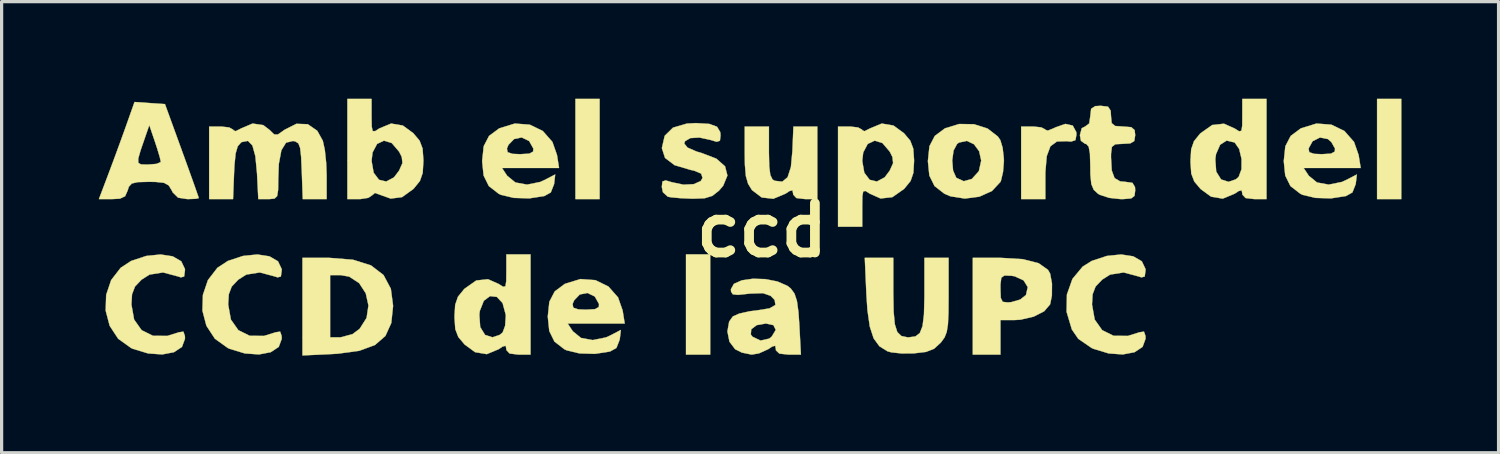
<source format=kicad_pcb>
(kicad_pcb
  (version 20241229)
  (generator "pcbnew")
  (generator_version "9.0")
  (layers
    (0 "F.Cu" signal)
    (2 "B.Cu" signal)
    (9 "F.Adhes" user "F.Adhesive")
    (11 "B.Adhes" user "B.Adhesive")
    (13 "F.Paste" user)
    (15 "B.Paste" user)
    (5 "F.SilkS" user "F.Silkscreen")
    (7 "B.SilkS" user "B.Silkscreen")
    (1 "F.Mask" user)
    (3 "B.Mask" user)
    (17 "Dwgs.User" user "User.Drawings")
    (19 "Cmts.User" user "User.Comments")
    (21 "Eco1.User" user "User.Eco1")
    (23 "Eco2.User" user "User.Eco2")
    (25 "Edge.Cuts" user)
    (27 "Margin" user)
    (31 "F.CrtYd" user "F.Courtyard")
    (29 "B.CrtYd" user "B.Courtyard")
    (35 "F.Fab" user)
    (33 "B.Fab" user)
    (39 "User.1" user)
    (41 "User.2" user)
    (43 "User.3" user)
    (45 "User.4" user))
  (footprint "ccd"
    (layer "F.Cu")
    (at 20.486 4.06)
    (property "Reference" "ccd" (at 0 0 0) (layer "F.SilkS") (effects (font (size 1.524 1.524) (thickness 0.3))))
    (attr through_hole)
    (fp_poly (pts (xy -5.016 -0.961) (xy -5.763 -0.961) (xy -5.763 -4.055) (xy -5.016 -4.055) (xy -5.016 -0.961)) (stroke (width 0.01) (type solid)) (fill yes) (layer "F.SilkS"))
    (fp_poly (pts (xy -1.601 3.842) (xy -2.348 3.842) (xy -2.348 0.747) (xy -1.601 0.747) (xy -1.601 3.842)) (stroke (width 0.01) (type solid)) (fill yes) (layer "F.SilkS"))
    (fp_poly (pts (xy 19.744 -0.961) (xy 18.997 -0.961) (xy 18.997 -4.055) (xy 19.744 -4.055) (xy 19.744 -0.961)) (stroke (width 0.01) (type solid)) (fill yes) (layer "F.SilkS"))
    (fp_poly (pts (xy 9.597 -3.232) (xy 9.707 -3.028) (xy 9.712 -2.957) (xy 9.681 -2.781) (xy 9.544 -2.736) (xy 9.409 -2.749) (xy 9.109 -2.74) (xy 8.908 -2.593) (xy 8.794 -2.287) (xy 8.752 -1.8) (xy 8.751 -1.7) (xy 8.751 -0.961) (xy 8.004 -0.961) (xy 8.004 -3.202) (xy 8.378 -3.202) (xy 8.625 -3.176) (xy 8.748 -3.113) (xy 8.751 -3.1) (xy 8.83 -3.077) (xy 9.022 -3.154) (xy 9.053 -3.172) (xy 9.367 -3.283) (xy 9.597 -3.232)) (stroke (width 0.01) (type solid)) (fill yes) (layer "F.SilkS"))
    (fp_poly (pts (xy -13.367 0.854) (xy -12.635 0.912) (xy -12.078 1.087) (xy -11.69 1.385) (xy -11.464 1.81) (xy -11.395 2.336) (xy -11.451 2.867) (xy -11.632 3.265) (xy -11.956 3.546) (xy -12.442 3.725) (xy -13.107 3.815) (xy -13.247 3.823) (xy -14.194 3.868) (xy -14.194 1.387) (xy -13.34 1.387) (xy -13.34 3.308) (xy -13.015 3.308) (xy -12.65 3.211) (xy -12.428 3.046) (xy -12.213 2.707) (xy -12.156 2.324) (xy -12.239 1.949) (xy -12.443 1.635) (xy -12.75 1.434) (xy -13.015 1.387) (xy -13.34 1.387) (xy -14.194 1.387) (xy -14.194 0.854) (xy -13.367 0.854)) (stroke (width 0.01) (type solid)) (fill yes) (layer "F.SilkS"))
    (fp_poly (pts (xy 0.213 -2.398) (xy 0.223 -1.967) (xy 0.256 -1.706) (xy 0.322 -1.57) (xy 0.388 -1.527) (xy 0.625 -1.499) (xy 0.79 -1.634) (xy 0.892 -1.95) (xy 0.938 -2.439) (xy 0.97 -3.202) (xy 1.708 -3.202) (xy 1.708 -0.961) (xy 1.334 -0.961) (xy 1.062 -0.993) (xy 0.962 -1.1) (xy 0.961 -1.127) (xy 0.941 -1.233) (xy 0.846 -1.208) (xy 0.723 -1.127) (xy 0.35 -0.971) (xy -0.01 -1.011) (xy -0.311 -1.24) (xy -0.312 -1.242) (xy -0.43 -1.433) (xy -0.499 -1.672) (xy -0.529 -2.021) (xy -0.534 -2.362) (xy -0.534 -3.202) (xy 0.213 -3.202) (xy 0.213 -2.398)) (stroke (width 0.01) (type solid)) (fill yes) (layer "F.SilkS"))
    (fp_poly (pts (xy 8.054 0.895) (xy 8.542 1.019) (xy 8.833 1.225) (xy 8.898 1.339) (xy 8.956 1.648) (xy 8.953 2.02) (xy 8.898 2.29) (xy 8.716 2.503) (xy 8.387 2.671) (xy 7.978 2.765) (xy 7.796 2.775) (xy 7.364 2.775) (xy 7.364 3.842) (xy 6.51 3.842) (xy 6.51 1.814) (xy 7.364 1.814) (xy 7.374 2.092) (xy 7.433 2.212) (xy 7.59 2.231) (xy 7.7 2.221) (xy 7.974 2.142) (xy 8.153 2.001) (xy 8.207 1.757) (xy 8.08 1.551) (xy 7.803 1.423) (xy 7.7 1.407) (xy 7.487 1.399) (xy 7.391 1.468) (xy 7.365 1.67) (xy 7.364 1.814) (xy 6.51 1.814) (xy 6.51 0.854) (xy 7.369 0.854) (xy 8.054 0.895)) (stroke (width 0.01) (type solid)) (fill yes) (layer "F.SilkS"))
    (fp_poly (pts (xy -18.203 0.807) (xy -17.938 0.96) (xy -17.824 1.2) (xy -17.823 1.236) (xy -17.849 1.431) (xy -17.953 1.457) (xy -18.009 1.436) (xy -18.499 1.305) (xy -18.918 1.371) (xy -19.166 1.529) (xy -19.367 1.741) (xy -19.458 1.978) (xy -19.477 2.295) (xy -19.394 2.76) (xy -19.163 3.087) (xy -18.812 3.261) (xy -18.369 3.265) (xy -18.009 3.153) (xy -17.872 3.133) (xy -17.825 3.268) (xy -17.823 3.353) (xy -17.915 3.604) (xy -18.163 3.768) (xy -18.526 3.837) (xy -18.961 3.806) (xy -19.427 3.665) (xy -19.485 3.64) (xy -19.886 3.353) (xy -20.149 2.952) (xy -20.272 2.484) (xy -20.257 1.998) (xy -20.103 1.541) (xy -19.809 1.161) (xy -19.485 0.949) (xy -19.018 0.795) (xy -18.577 0.75) (xy -18.203 0.807)) (stroke (width 0.01) (type solid)) (fill yes) (layer "F.SilkS"))
    (fp_poly (pts (xy -15.214 0.807) (xy -14.95 0.96) (xy -14.836 1.2) (xy -14.834 1.236) (xy -14.861 1.431) (xy -14.964 1.457) (xy -15.021 1.436) (xy -15.511 1.305) (xy -15.929 1.371) (xy -16.178 1.529) (xy -16.379 1.741) (xy -16.469 1.978) (xy -16.489 2.295) (xy -16.405 2.76) (xy -16.175 3.087) (xy -15.824 3.261) (xy -15.381 3.265) (xy -15.021 3.153) (xy -14.884 3.133) (xy -14.837 3.268) (xy -14.834 3.353) (xy -14.926 3.604) (xy -15.175 3.768) (xy -15.537 3.837) (xy -15.973 3.806) (xy -16.439 3.665) (xy -16.497 3.64) (xy -16.898 3.353) (xy -17.161 2.952) (xy -17.284 2.484) (xy -17.269 1.998) (xy -17.114 1.541) (xy -16.821 1.161) (xy -16.497 0.949) (xy -16.03 0.795) (xy -15.588 0.75) (xy -15.214 0.807)) (stroke (width 0.01) (type solid)) (fill yes) (layer "F.SilkS"))
    (fp_poly (pts (xy 4.055 1.953) (xy 4.065 2.52) (xy 4.102 2.906) (xy 4.178 3.145) (xy 4.304 3.268) (xy 4.492 3.308) (xy 4.536 3.308) (xy 4.737 3.281) (xy 4.874 3.176) (xy 4.958 2.962) (xy 5.002 2.606) (xy 5.016 2.076) (xy 5.016 1.953) (xy 5.016 0.854) (xy 5.763 0.854) (xy 5.763 2.022) (xy 5.759 2.545) (xy 5.743 2.902) (xy 5.705 3.141) (xy 5.639 3.31) (xy 5.535 3.455) (xy 5.514 3.479) (xy 5.315 3.661) (xy 5.066 3.759) (xy 4.688 3.804) (xy 4.687 3.804) (xy 4.314 3.807) (xy 3.996 3.773) (xy 3.875 3.74) (xy 3.626 3.585) (xy 3.448 3.342) (xy 3.329 2.979) (xy 3.255 2.462) (xy 3.223 1.966) (xy 3.174 0.854) (xy 4.055 0.854) (xy 4.055 1.953)) (stroke (width 0.01) (type solid)) (fill yes) (layer "F.SilkS"))
    (fp_poly (pts (xy 11.466 0.807) (xy 11.731 0.96) (xy 11.845 1.2) (xy 11.846 1.236) (xy 11.82 1.431) (xy 11.716 1.457) (xy 11.659 1.436) (xy 11.17 1.305) (xy 10.751 1.371) (xy 10.503 1.529) (xy 10.302 1.741) (xy 10.211 1.978) (xy 10.192 2.295) (xy 10.275 2.76) (xy 10.506 3.087) (xy 10.857 3.261) (xy 11.3 3.265) (xy 11.659 3.153) (xy 11.797 3.133) (xy 11.844 3.268) (xy 11.846 3.353) (xy 11.754 3.604) (xy 11.506 3.768) (xy 11.143 3.837) (xy 10.708 3.806) (xy 10.242 3.665) (xy 10.184 3.64) (xy 9.769 3.356) (xy 9.57 3.066) (xy 9.407 2.521) (xy 9.417 1.987) (xy 9.587 1.506) (xy 9.903 1.125) (xy 10.184 0.949) (xy 10.651 0.795) (xy 11.092 0.75) (xy 11.466 0.807)) (stroke (width 0.01) (type solid)) (fill yes) (layer "F.SilkS"))
    (fp_poly (pts (xy -7.173 -3.259) (xy -6.771 -3.064) (xy -6.474 -2.727) (xy -6.332 -2.321) (xy -6.269 -1.921) (xy -8.03 -1.921) (xy -7.872 -1.681) (xy -7.617 -1.474) (xy -7.257 -1.408) (xy -6.851 -1.49) (xy -6.723 -1.548) (xy -6.388 -1.721) (xy -6.422 -1.425) (xy -6.524 -1.166) (xy -6.724 -1.055) (xy -7.188 -0.983) (xy -7.667 -0.998) (xy -8.065 -1.093) (xy -8.135 -1.127) (xy -8.438 -1.363) (xy -8.599 -1.689) (xy -8.645 -2.134) (xy -8.603 -2.523) (xy -7.879 -2.523) (xy -7.858 -2.409) (xy -7.706 -2.358) (xy -7.471 -2.348) (xy -7.186 -2.365) (xy -7.069 -2.429) (xy -7.063 -2.523) (xy -7.194 -2.755) (xy -7.423 -2.865) (xy -7.657 -2.816) (xy -7.83 -2.638) (xy -7.879 -2.523) (xy -8.603 -2.523) (xy -8.596 -2.594) (xy -8.431 -2.912) (xy -8.122 -3.142) (xy -8.113 -3.147) (xy -7.635 -3.294) (xy -7.173 -3.259)) (stroke (width 0.01) (type solid)) (fill yes) (layer "F.SilkS"))
    (fp_poly (pts (xy -5.145 1.543) (xy -4.744 1.739) (xy -4.447 2.075) (xy -4.305 2.481) (xy -4.241 2.882) (xy -6.003 2.882) (xy -5.844 3.122) (xy -5.59 3.328) (xy -5.229 3.394) (xy -4.823 3.312) (xy -4.695 3.255) (xy -4.36 3.081) (xy -4.395 3.377) (xy -4.497 3.637) (xy -4.696 3.747) (xy -5.16 3.819) (xy -5.639 3.805) (xy -6.037 3.709) (xy -6.107 3.676) (xy -6.411 3.44) (xy -6.571 3.114) (xy -6.617 2.668) (xy -6.576 2.279) (xy -5.851 2.279) (xy -5.83 2.393) (xy -5.678 2.445) (xy -5.443 2.455) (xy -5.159 2.438) (xy -5.041 2.373) (xy -5.035 2.279) (xy -5.166 2.047) (xy -5.395 1.938) (xy -5.63 1.986) (xy -5.802 2.165) (xy -5.851 2.279) (xy -6.576 2.279) (xy -6.568 2.209) (xy -6.403 1.891) (xy -6.094 1.66) (xy -6.085 1.655) (xy -5.607 1.509) (xy -5.145 1.543)) (stroke (width 0.01) (type solid)) (fill yes) (layer "F.SilkS"))
    (fp_poly (pts (xy 6.548 -3.273) (xy 6.968 -3.139) (xy 7.284 -2.894) (xy 7.361 -2.781) (xy 7.432 -2.543) (xy 7.469 -2.213) (xy 7.471 -2.134) (xy 7.444 -1.801) (xy 7.38 -1.53) (xy 7.361 -1.488) (xy 7.102 -1.211) (xy 6.714 -1.036) (xy 6.264 -0.977) (xy 5.819 -1.047) (xy 5.632 -1.127) (xy 5.329 -1.363) (xy 5.168 -1.689) (xy 5.123 -2.134) (xy 5.125 -2.154) (xy 5.874 -2.154) (xy 5.901 -1.842) (xy 5.998 -1.622) (xy 6.002 -1.618) (xy 6.233 -1.513) (xy 6.482 -1.584) (xy 6.687 -1.811) (xy 6.702 -1.841) (xy 6.77 -2.151) (xy 6.707 -2.437) (xy 6.547 -2.655) (xy 6.328 -2.759) (xy 6.085 -2.707) (xy 6.025 -2.664) (xy 5.916 -2.461) (xy 5.874 -2.154) (xy 5.125 -2.154) (xy 5.171 -2.594) (xy 5.336 -2.912) (xy 5.645 -3.142) (xy 5.654 -3.147) (xy 6.089 -3.28) (xy 6.548 -3.273)) (stroke (width 0.01) (type solid)) (fill yes) (layer "F.SilkS"))
    (fp_poly (pts (xy 17.587 -3.259) (xy 17.988 -3.064) (xy 18.285 -2.727) (xy 18.427 -2.321) (xy 18.491 -1.921) (xy 16.729 -1.921) (xy 16.888 -1.681) (xy 17.142 -1.474) (xy 17.503 -1.408) (xy 17.909 -1.49) (xy 18.037 -1.548) (xy 18.372 -1.721) (xy 18.337 -1.425) (xy 18.235 -1.166) (xy 18.036 -1.055) (xy 17.572 -0.983) (xy 17.093 -0.998) (xy 16.695 -1.093) (xy 16.625 -1.127) (xy 16.321 -1.363) (xy 16.16 -1.689) (xy 16.115 -2.134) (xy 16.156 -2.523) (xy 16.881 -2.523) (xy 16.902 -2.409) (xy 17.053 -2.358) (xy 17.289 -2.348) (xy 17.573 -2.365) (xy 17.691 -2.429) (xy 17.697 -2.523) (xy 17.583 -2.724) (xy 17.476 -2.816) (xy 17.232 -2.863) (xy 17.005 -2.748) (xy 16.881 -2.523) (xy 16.156 -2.523) (xy 16.164 -2.594) (xy 16.329 -2.912) (xy 16.637 -3.142) (xy 16.647 -3.147) (xy 17.125 -3.294) (xy 17.587 -3.259)) (stroke (width 0.01) (type solid)) (fill yes) (layer "F.SilkS"))
    (fp_poly (pts (xy -12.06 -3.516) (xy -12.055 -3.201) (xy -12.026 -3.062) (xy -11.949 -3.06) (xy -11.822 -3.142) (xy -11.456 -3.294) (xy -11.094 -3.233) (xy -10.771 -2.996) (xy -10.576 -2.765) (xy -10.484 -2.521) (xy -10.459 -2.169) (xy -10.459 -2.134) (xy -10.48 -1.77) (xy -10.566 -1.521) (xy -10.751 -1.292) (xy -10.771 -1.272) (xy -11.118 -1.021) (xy -11.468 -0.976) (xy -11.768 -1.083) (xy -11.957 -1.151) (xy -12.037 -1.083) (xy -12.16 -1) (xy -12.407 -0.961) (xy -12.442 -0.961) (xy -12.807 -0.961) (xy -12.807 -2.143) (xy -12.06 -2.143) (xy -11.995 -1.775) (xy -11.83 -1.557) (xy -11.606 -1.504) (xy -11.367 -1.632) (xy -11.209 -1.841) (xy -11.106 -2.073) (xy -11.127 -2.263) (xy -11.21 -2.427) (xy -11.436 -2.692) (xy -11.677 -2.766) (xy -11.889 -2.665) (xy -12.029 -2.402) (xy -12.06 -2.143) (xy -12.807 -2.143) (xy -12.807 -4.055) (xy -12.06 -4.055) (xy -12.06 -3.516)) (stroke (width 0.01) (type solid)) (fill yes) (layer "F.SilkS"))
    (fp_poly (pts (xy 4.06 -3.233) (xy 4.384 -2.996) (xy 4.579 -2.765) (xy 4.671 -2.521) (xy 4.696 -2.169) (xy 4.696 -2.134) (xy 4.675 -1.77) (xy 4.589 -1.521) (xy 4.403 -1.292) (xy 4.384 -1.272) (xy 4.024 -1.02) (xy 3.662 -0.98) (xy 3.332 -1.127) (xy 3.197 -1.212) (xy 3.126 -1.2) (xy 3.099 -1.052) (xy 3.095 -0.731) (xy 3.095 -0.7) (xy 3.095 -0.107) (xy 2.348 -0.107) (xy 2.348 -2.143) (xy 3.095 -2.143) (xy 3.159 -1.775) (xy 3.325 -1.557) (xy 3.548 -1.504) (xy 3.788 -1.632) (xy 3.945 -1.841) (xy 4.049 -2.073) (xy 4.027 -2.263) (xy 3.945 -2.427) (xy 3.719 -2.692) (xy 3.478 -2.766) (xy 3.265 -2.665) (xy 3.126 -2.402) (xy 3.095 -2.143) (xy 2.348 -2.143) (xy 2.348 -3.202) (xy 2.721 -3.202) (xy 2.968 -3.173) (xy 3.092 -3.104) (xy 3.095 -3.089) (xy 3.167 -3.058) (xy 3.332 -3.142) (xy 3.698 -3.294) (xy 4.06 -3.233)) (stroke (width 0.01) (type solid)) (fill yes) (layer "F.SilkS"))
    (fp_poly (pts (xy -7.15 3.842) (xy -7.524 3.842) (xy -7.796 3.809) (xy -7.896 3.702) (xy -7.897 3.676) (xy -7.917 3.569) (xy -8.012 3.594) (xy -8.135 3.676) (xy -8.501 3.828) (xy -8.863 3.767) (xy -9.186 3.53) (xy -9.381 3.298) (xy -9.474 3.054) (xy -9.498 2.702) (xy -9.498 2.668) (xy -9.495 2.606) (xy -8.731 2.606) (xy -8.704 2.993) (xy -8.553 3.235) (xy -8.324 3.308) (xy -8.098 3.231) (xy -8.01 3.156) (xy -7.935 2.953) (xy -7.914 2.655) (xy -7.917 2.606) (xy -8.013 2.25) (xy -8.191 2.06) (xy -8.401 2.036) (xy -8.593 2.18) (xy -8.716 2.491) (xy -8.731 2.606) (xy -9.495 2.606) (xy -9.477 2.304) (xy -9.391 2.055) (xy -9.206 1.826) (xy -9.186 1.806) (xy -8.826 1.553) (xy -8.464 1.514) (xy -8.135 1.66) (xy -7.995 1.748) (xy -7.925 1.732) (xy -7.9 1.573) (xy -7.897 1.287) (xy -7.897 0.747) (xy -7.15 0.747) (xy -7.15 3.842)) (stroke (width 0.01) (type solid)) (fill yes) (layer "F.SilkS"))
    (fp_poly (pts (xy 15.582 -0.961) (xy 15.208 -0.961) (xy 14.936 -0.993) (xy 14.836 -1.1) (xy 14.834 -1.127) (xy 14.815 -1.233) (xy 14.72 -1.208) (xy 14.597 -1.127) (xy 14.231 -0.975) (xy 13.869 -1.036) (xy 13.546 -1.272) (xy 13.351 -1.504) (xy 13.258 -1.748) (xy 13.234 -2.1) (xy 13.234 -2.134) (xy 13.237 -2.196) (xy 14 -2.196) (xy 14.028 -1.81) (xy 14.179 -1.568) (xy 14.408 -1.494) (xy 14.634 -1.571) (xy 14.722 -1.647) (xy 14.809 -1.883) (xy 14.811 -2.201) (xy 14.738 -2.508) (xy 14.601 -2.706) (xy 14.594 -2.71) (xy 14.35 -2.768) (xy 14.15 -2.64) (xy 14.023 -2.351) (xy 14 -2.196) (xy 13.237 -2.196) (xy 13.255 -2.499) (xy 13.341 -2.748) (xy 13.526 -2.977) (xy 13.546 -2.996) (xy 13.905 -3.249) (xy 14.268 -3.289) (xy 14.597 -3.142) (xy 14.737 -3.054) (xy 14.807 -3.071) (xy 14.832 -3.23) (xy 14.834 -3.516) (xy 14.834 -4.055) (xy 15.582 -4.055) (xy 15.582 -0.961)) (stroke (width 0.01) (type solid)) (fill yes) (layer "F.SilkS"))
    (fp_poly (pts (xy -1.63 -3.283) (xy -1.39 -3.196) (xy -1.29 -3.03) (xy -1.281 -2.929) (xy -1.3 -2.763) (xy -1.401 -2.731) (xy -1.595 -2.789) (xy -1.933 -2.862) (xy -2.215 -2.845) (xy -2.38 -2.747) (xy -2.401 -2.675) (xy -2.301 -2.552) (xy -2.022 -2.43) (xy -1.87 -2.386) (xy -1.411 -2.21) (xy -1.142 -1.973) (xy -1.069 -1.689) (xy -1.199 -1.374) (xy -1.329 -1.222) (xy -1.533 -1.061) (xy -1.775 -0.986) (xy -2.138 -0.973) (xy -2.156 -0.973) (xy -2.516 -0.989) (xy -2.807 -1.016) (xy -2.908 -1.034) (xy -3.061 -1.172) (xy -3.095 -1.336) (xy -3.076 -1.505) (xy -2.975 -1.538) (xy -2.782 -1.481) (xy -2.426 -1.406) (xy -2.109 -1.422) (xy -1.892 -1.519) (xy -1.837 -1.615) (xy -1.88 -1.748) (xy -2.093 -1.838) (xy -2.209 -1.863) (xy -2.702 -2.009) (xy -2.996 -2.233) (xy -3.093 -2.535) (xy -3.093 -2.537) (xy -3.006 -2.916) (xy -2.75 -3.167) (xy -2.322 -3.293) (xy -2.043 -3.308) (xy -1.63 -3.283)) (stroke (width 0.01) (type solid)) (fill yes) (layer "F.SilkS"))
    (fp_poly (pts (xy 10.686 -3.816) (xy 10.769 -3.691) (xy 10.779 -3.522) (xy 10.8 -3.307) (xy 10.905 -3.219) (xy 11.153 -3.202) (xy 11.405 -3.182) (xy 11.509 -3.092) (xy 11.526 -2.935) (xy 11.498 -2.754) (xy 11.373 -2.681) (xy 11.153 -2.668) (xy 10.912 -2.655) (xy 10.806 -2.573) (xy 10.78 -2.361) (xy 10.779 -2.25) (xy 10.802 -1.845) (xy 10.888 -1.611) (xy 11.058 -1.509) (xy 11.217 -1.494) (xy 11.441 -1.463) (xy 11.52 -1.332) (xy 11.526 -1.227) (xy 11.505 -1.06) (xy 11.402 -0.982) (xy 11.159 -0.961) (xy 11.07 -0.961) (xy 10.722 -0.999) (xy 10.429 -1.095) (xy 10.376 -1.127) (xy 10.244 -1.25) (xy 10.171 -1.425) (xy 10.142 -1.713) (xy 10.139 -1.98) (xy 10.128 -2.368) (xy 10.089 -2.582) (xy 10.013 -2.664) (xy 9.979 -2.668) (xy 9.85 -2.761) (xy 9.818 -2.935) (xy 9.874 -3.149) (xy 9.979 -3.202) (xy 10.106 -3.297) (xy 10.139 -3.522) (xy 10.165 -3.749) (xy 10.29 -3.832) (xy 10.459 -3.842) (xy 10.686 -3.816)) (stroke (width 0.01) (type solid)) (fill yes) (layer "F.SilkS"))
    (fp_poly (pts (xy -18.911 -3.927) (xy -18.441 -3.895) (xy -17.918 -2.458) (xy -17.732 -1.944) (xy -17.575 -1.507) (xy -17.461 -1.184) (xy -17.401 -1.01) (xy -17.396 -0.991) (xy -17.489 -0.97) (xy -17.718 -0.961) (xy -17.752 -0.961) (xy -18.034 -1.004) (xy -18.198 -1.164) (xy -18.23 -1.227) (xy -18.325 -1.383) (xy -18.47 -1.463) (xy -18.729 -1.491) (xy -18.939 -1.494) (xy -19.28 -1.485) (xy -19.466 -1.442) (xy -19.557 -1.341) (xy -19.593 -1.227) (xy -19.672 -1.049) (xy -19.832 -0.974) (xy -20.071 -0.961) (xy -20.481 -0.961) (xy -20.208 -1.681) (xy -20.024 -2.173) (xy -20.01 -2.21) (xy -19.267 -2.21) (xy -19.264 -2.081) (xy -19.182 -2.033) (xy -19.015 -2.027) (xy -18.95 -2.028) (xy -18.701 -2.049) (xy -18.574 -2.103) (xy -18.57 -2.115) (xy -18.602 -2.26) (xy -18.684 -2.532) (xy -18.747 -2.724) (xy -18.925 -3.246) (xy -19.052 -2.877) (xy -19.195 -2.462) (xy -19.267 -2.21) (xy -20.01 -2.21) (xy -19.818 -2.734) (xy -19.657 -3.18) (xy -19.381 -3.959) (xy -18.911 -3.927)) (stroke (width 0.01) (type solid)) (fill yes) (layer "F.SilkS"))
    (fp_poly (pts (xy -15.405 -3.246) (xy -15.211 -3.098) (xy -15.07 -2.96) (xy -14.955 -2.955) (xy -14.772 -3.083) (xy -14.753 -3.098) (xy -14.38 -3.286) (xy -14.029 -3.273) (xy -13.737 -3.071) (xy -13.565 -2.761) (xy -13.503 -2.476) (xy -13.461 -2.072) (xy -13.447 -1.692) (xy -13.447 -0.961) (xy -14.185 -0.961) (xy -14.216 -1.841) (xy -14.236 -2.275) (xy -14.266 -2.54) (xy -14.319 -2.68) (xy -14.408 -2.739) (xy -14.487 -2.756) (xy -14.701 -2.704) (xy -14.845 -2.471) (xy -14.924 -2.049) (xy -14.941 -1.594) (xy -14.946 -1.242) (xy -14.976 -1.053) (xy -15.057 -0.976) (xy -15.212 -0.961) (xy -15.25 -0.961) (xy -15.558 -0.961) (xy -15.598 -1.757) (xy -15.649 -2.288) (xy -15.74 -2.618) (xy -15.878 -2.759) (xy -16.068 -2.722) (xy -16.091 -2.708) (xy -16.193 -2.593) (xy -16.258 -2.374) (xy -16.295 -2.006) (xy -16.306 -1.776) (xy -16.338 -0.961) (xy -17.076 -0.961) (xy -17.076 -3.202) (xy -16.702 -3.202) (xy -16.455 -3.173) (xy -16.332 -3.104) (xy -16.329 -3.089) (xy -16.257 -3.058) (xy -16.091 -3.142) (xy -15.735 -3.294) (xy -15.405 -3.246)) (stroke (width 0.01) (type solid)) (fill yes) (layer "F.SilkS"))
    (fp_poly (pts (xy 0.104 1.511) (xy 0.476 1.584) (xy 0.783 1.718) (xy 0.888 1.801) (xy 1.003 1.957) (xy 1.078 2.184) (xy 1.126 2.533) (xy 1.153 2.93) (xy 1.201 3.842) (xy 0.814 3.842) (xy 0.536 3.812) (xy 0.43 3.711) (xy 0.427 3.676) (xy 0.408 3.569) (xy 0.312 3.594) (xy 0.19 3.676) (xy -0.097 3.805) (xy -0.32 3.842) (xy -0.622 3.78) (xy -0.83 3.676) (xy -1.006 3.443) (xy -1.05 3.221) (xy -0.346 3.221) (xy -0.296 3.29) (xy -0.047 3.408) (xy 0.22 3.349) (xy 0.299 3.287) (xy 0.424 3.079) (xy 0.353 2.933) (xy 0.12 2.882) (xy -0.164 2.932) (xy -0.333 3.059) (xy -0.346 3.221) (xy -1.05 3.221) (xy -1.069 3.128) (xy -1.015 2.823) (xy -0.901 2.663) (xy -0.704 2.576) (xy -0.38 2.504) (xy -0.154 2.476) (xy 0.233 2.414) (xy 0.414 2.308) (xy 0.39 2.154) (xy 0.266 2.027) (xy 0.03 1.945) (xy -0.376 1.958) (xy -0.428 1.964) (xy -0.743 1.998) (xy -0.902 1.981) (xy -0.956 1.898) (xy -0.961 1.823) (xy -0.867 1.656) (xy -0.622 1.548) (xy -0.281 1.499) (xy 0.104 1.511)) (stroke (width 0.01) (type solid)) (fill yes) (layer "F.SilkS")))
  (gr_rect
    (start -3 -3)
    (end 43.235 10.934)
    (stroke (width 0.1) (type default))
    (fill no)
    (layer "Edge.Cuts")))
</source>
